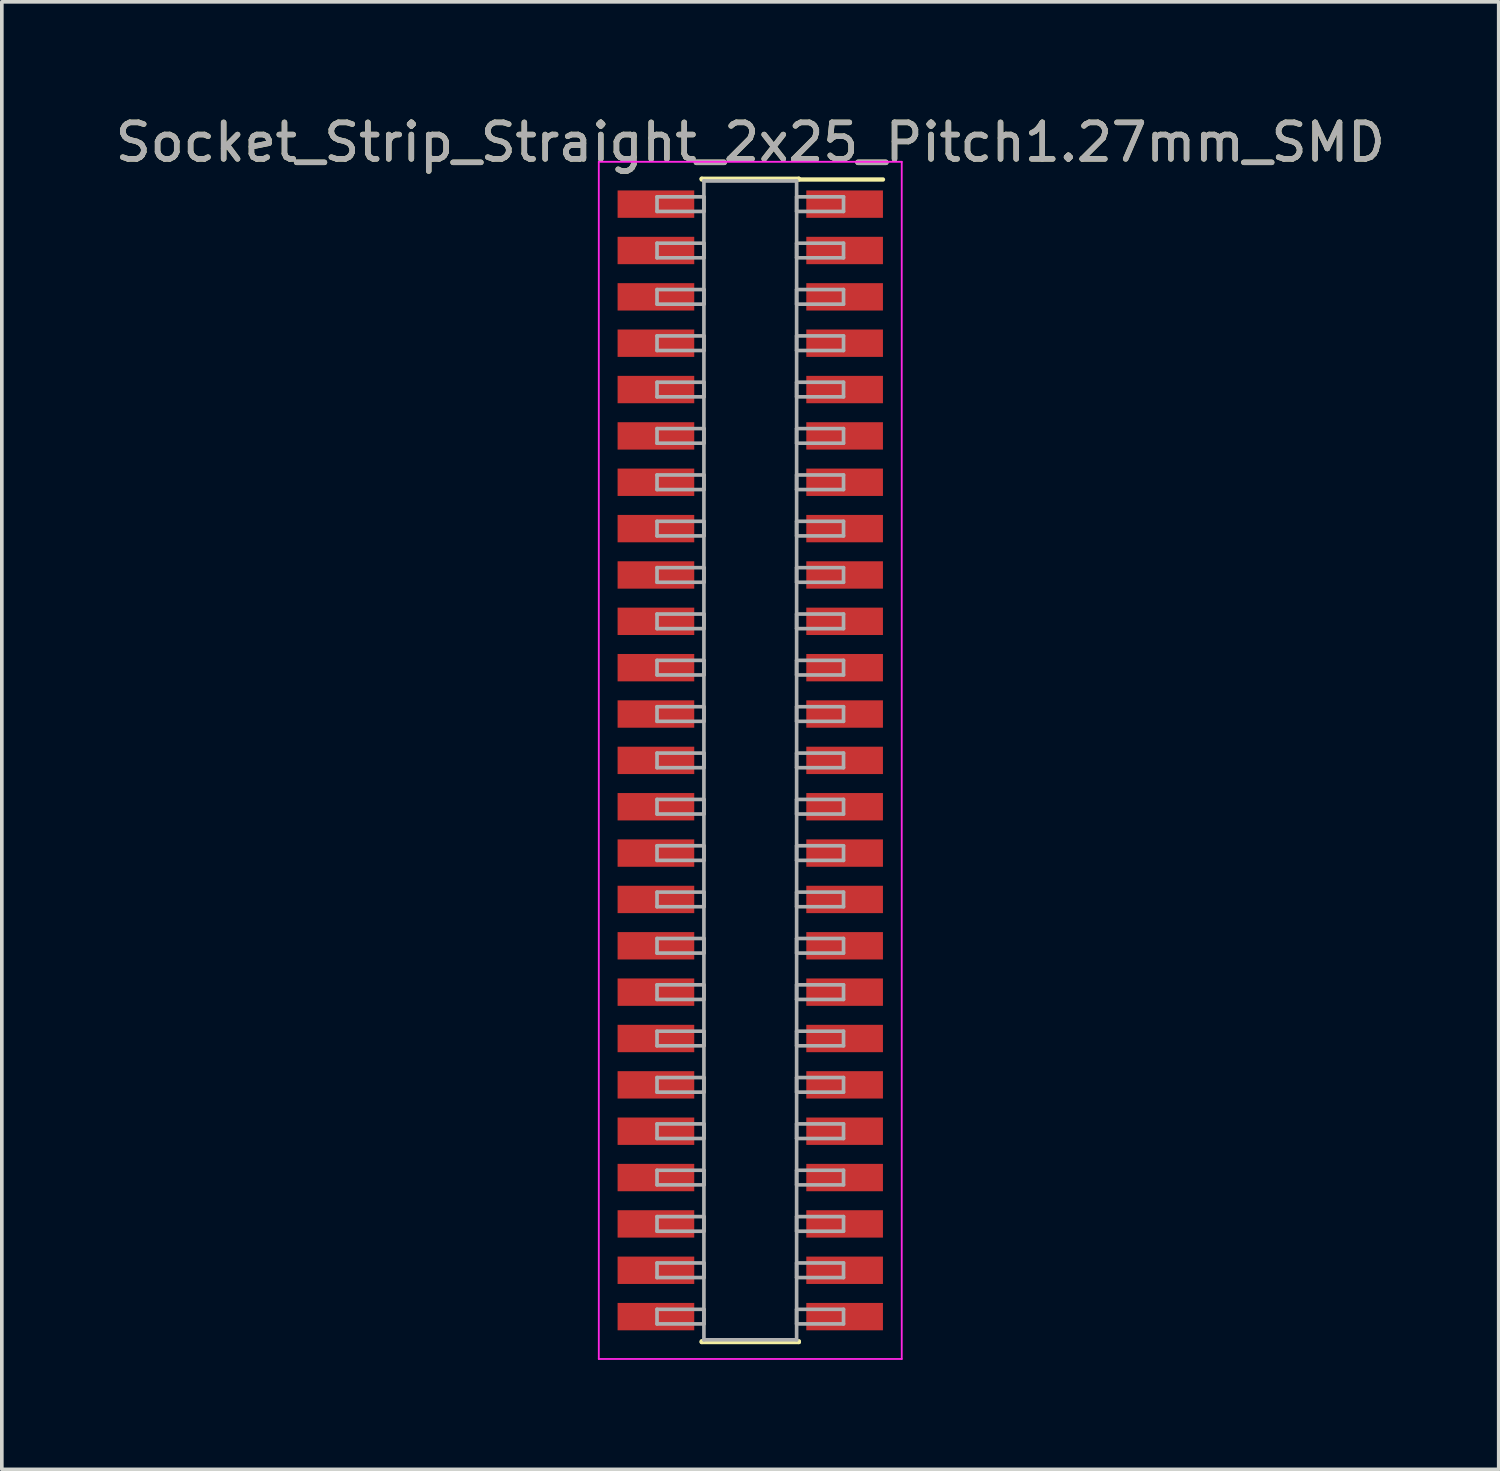
<source format=kicad_pcb>
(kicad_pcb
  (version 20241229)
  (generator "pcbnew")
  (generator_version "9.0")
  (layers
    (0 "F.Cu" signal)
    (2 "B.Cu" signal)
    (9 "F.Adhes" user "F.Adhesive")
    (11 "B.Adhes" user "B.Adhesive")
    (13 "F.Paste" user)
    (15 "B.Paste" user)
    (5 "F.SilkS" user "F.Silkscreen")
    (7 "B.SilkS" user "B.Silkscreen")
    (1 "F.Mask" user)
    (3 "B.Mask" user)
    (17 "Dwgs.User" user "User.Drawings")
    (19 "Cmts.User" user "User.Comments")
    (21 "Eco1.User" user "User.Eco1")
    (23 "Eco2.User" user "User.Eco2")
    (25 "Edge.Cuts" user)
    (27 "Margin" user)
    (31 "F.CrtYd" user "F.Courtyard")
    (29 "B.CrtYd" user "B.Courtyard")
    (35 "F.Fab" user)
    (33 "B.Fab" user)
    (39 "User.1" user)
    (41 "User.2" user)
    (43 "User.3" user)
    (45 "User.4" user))
  (footprint "Socket_Strip_Straight_2x25_Pitch1.27mm_SMD"
    (layer "F.Cu")
    (at 17.506 17.783)
    (property "Reference" "Socket_Strip_Straight_2x25_Pitch1.27mm_SMD" (at 0 -16.935 0) (layer "F.SilkS") (effects (font (size 1 1) (thickness 0.15))))
    (attr smd)
    (fp_line (start -1.33 -15.935) (end 1.33 -15.935) (stroke (width 0.12) (type solid)) (layer "F.SilkS"))
    (fp_line (start -1.33 -15.915) (end -1.33 -15.935) (stroke (width 0.12) (type solid)) (layer "F.SilkS"))
    (fp_line (start -1.33 15.915) (end -1.33 15.935) (stroke (width 0.12) (type solid)) (layer "F.SilkS"))
    (fp_line (start -1.33 15.935) (end 1.33 15.935) (stroke (width 0.12) (type solid)) (layer "F.SilkS"))
    (fp_line (start 1.33 -15.935) (end 1.33 -15.915) (stroke (width 0.12) (type solid)) (layer "F.SilkS"))
    (fp_line (start 1.33 15.935) (end 1.33 15.915) (stroke (width 0.12) (type solid)) (layer "F.SilkS"))
    (fp_line (start 3.635 -15.915) (end 1.33 -15.915) (stroke (width 0.12) (type solid)) (layer "F.SilkS"))
    (fp_line (start -4.15 -16.4) (end -4.15 16.4) (stroke (width 0.05) (type solid)) (layer "F.CrtYd"))
    (fp_line (start -4.15 16.4) (end 4.15 16.4) (stroke (width 0.05) (type solid)) (layer "F.CrtYd"))
    (fp_line (start 4.15 -16.4) (end -4.15 -16.4) (stroke (width 0.05) (type solid)) (layer "F.CrtYd"))
    (fp_line (start 4.15 16.4) (end 4.15 -16.4) (stroke (width 0.05) (type solid)) (layer "F.CrtYd"))
    (fp_line (start -2.555 -15.44) (end -1.27 -15.44) (stroke (width 0.1) (type solid)) (layer "F.Fab"))
    (fp_line (start -2.555 -15.04) (end -2.555 -15.44) (stroke (width 0.1) (type solid)) (layer "F.Fab"))
    (fp_line (start -2.555 -14.17) (end -1.27 -14.17) (stroke (width 0.1) (type solid)) (layer "F.Fab"))
    (fp_line (start -2.555 -13.77) (end -2.555 -14.17) (stroke (width 0.1) (type solid)) (layer "F.Fab"))
    (fp_line (start -2.555 -12.9) (end -1.27 -12.9) (stroke (width 0.1) (type solid)) (layer "F.Fab"))
    (fp_line (start -2.555 -12.5) (end -2.555 -12.9) (stroke (width 0.1) (type solid)) (layer "F.Fab"))
    (fp_line (start -2.555 -11.63) (end -1.27 -11.63) (stroke (width 0.1) (type solid)) (layer "F.Fab"))
    (fp_line (start -2.555 -11.23) (end -2.555 -11.63) (stroke (width 0.1) (type solid)) (layer "F.Fab"))
    (fp_line (start -2.555 -10.36) (end -1.27 -10.36) (stroke (width 0.1) (type solid)) (layer "F.Fab"))
    (fp_line (start -2.555 -9.96) (end -2.555 -10.36) (stroke (width 0.1) (type solid)) (layer "F.Fab"))
    (fp_line (start -2.555 -9.09) (end -1.27 -9.09) (stroke (width 0.1) (type solid)) (layer "F.Fab"))
    (fp_line (start -2.555 -8.69) (end -2.555 -9.09) (stroke (width 0.1) (type solid)) (layer "F.Fab"))
    (fp_line (start -2.555 -7.82) (end -1.27 -7.82) (stroke (width 0.1) (type solid)) (layer "F.Fab"))
    (fp_line (start -2.555 -7.42) (end -2.555 -7.82) (stroke (width 0.1) (type solid)) (layer "F.Fab"))
    (fp_line (start -2.555 -6.55) (end -1.27 -6.55) (stroke (width 0.1) (type solid)) (layer "F.Fab"))
    (fp_line (start -2.555 -6.15) (end -2.555 -6.55) (stroke (width 0.1) (type solid)) (layer "F.Fab"))
    (fp_line (start -2.555 -5.28) (end -1.27 -5.28) (stroke (width 0.1) (type solid)) (layer "F.Fab"))
    (fp_line (start -2.555 -4.88) (end -2.555 -5.28) (stroke (width 0.1) (type solid)) (layer "F.Fab"))
    (fp_line (start -2.555 -4.01) (end -1.27 -4.01) (stroke (width 0.1) (type solid)) (layer "F.Fab"))
    (fp_line (start -2.555 -3.61) (end -2.555 -4.01) (stroke (width 0.1) (type solid)) (layer "F.Fab"))
    (fp_line (start -2.555 -2.74) (end -1.27 -2.74) (stroke (width 0.1) (type solid)) (layer "F.Fab"))
    (fp_line (start -2.555 -2.34) (end -2.555 -2.74) (stroke (width 0.1) (type solid)) (layer "F.Fab"))
    (fp_line (start -2.555 -1.47) (end -1.27 -1.47) (stroke (width 0.1) (type solid)) (layer "F.Fab"))
    (fp_line (start -2.555 -1.07) (end -2.555 -1.47) (stroke (width 0.1) (type solid)) (layer "F.Fab"))
    (fp_line (start -2.555 -0.2) (end -1.27 -0.2) (stroke (width 0.1) (type solid)) (layer "F.Fab"))
    (fp_line (start -2.555 0.2) (end -2.555 -0.2) (stroke (width 0.1) (type solid)) (layer "F.Fab"))
    (fp_line (start -2.555 1.07) (end -1.27 1.07) (stroke (width 0.1) (type solid)) (layer "F.Fab"))
    (fp_line (start -2.555 1.47) (end -2.555 1.07) (stroke (width 0.1) (type solid)) (layer "F.Fab"))
    (fp_line (start -2.555 2.34) (end -1.27 2.34) (stroke (width 0.1) (type solid)) (layer "F.Fab"))
    (fp_line (start -2.555 2.74) (end -2.555 2.34) (stroke (width 0.1) (type solid)) (layer "F.Fab"))
    (fp_line (start -2.555 3.61) (end -1.27 3.61) (stroke (width 0.1) (type solid)) (layer "F.Fab"))
    (fp_line (start -2.555 4.01) (end -2.555 3.61) (stroke (width 0.1) (type solid)) (layer "F.Fab"))
    (fp_line (start -2.555 4.88) (end -1.27 4.88) (stroke (width 0.1) (type solid)) (layer "F.Fab"))
    (fp_line (start -2.555 5.28) (end -2.555 4.88) (stroke (width 0.1) (type solid)) (layer "F.Fab"))
    (fp_line (start -2.555 6.15) (end -1.27 6.15) (stroke (width 0.1) (type solid)) (layer "F.Fab"))
    (fp_line (start -2.555 6.55) (end -2.555 6.15) (stroke (width 0.1) (type solid)) (layer "F.Fab"))
    (fp_line (start -2.555 7.42) (end -1.27 7.42) (stroke (width 0.1) (type solid)) (layer "F.Fab"))
    (fp_line (start -2.555 7.82) (end -2.555 7.42) (stroke (width 0.1) (type solid)) (layer "F.Fab"))
    (fp_line (start -2.555 8.69) (end -1.27 8.69) (stroke (width 0.1) (type solid)) (layer "F.Fab"))
    (fp_line (start -2.555 9.09) (end -2.555 8.69) (stroke (width 0.1) (type solid)) (layer "F.Fab"))
    (fp_line (start -2.555 9.96) (end -1.27 9.96) (stroke (width 0.1) (type solid)) (layer "F.Fab"))
    (fp_line (start -2.555 10.36) (end -2.555 9.96) (stroke (width 0.1) (type solid)) (layer "F.Fab"))
    (fp_line (start -2.555 11.23) (end -1.27 11.23) (stroke (width 0.1) (type solid)) (layer "F.Fab"))
    (fp_line (start -2.555 11.63) (end -2.555 11.23) (stroke (width 0.1) (type solid)) (layer "F.Fab"))
    (fp_line (start -2.555 12.5) (end -1.27 12.5) (stroke (width 0.1) (type solid)) (layer "F.Fab"))
    (fp_line (start -2.555 12.9) (end -2.555 12.5) (stroke (width 0.1) (type solid)) (layer "F.Fab"))
    (fp_line (start -2.555 13.77) (end -1.27 13.77) (stroke (width 0.1) (type solid)) (layer "F.Fab"))
    (fp_line (start -2.555 14.17) (end -2.555 13.77) (stroke (width 0.1) (type solid)) (layer "F.Fab"))
    (fp_line (start -2.555 15.04) (end -1.27 15.04) (stroke (width 0.1) (type solid)) (layer "F.Fab"))
    (fp_line (start -2.555 15.44) (end -2.555 15.04) (stroke (width 0.1) (type solid)) (layer "F.Fab"))
    (fp_line (start -1.27 -15.875) (end -1.27 15.875) (stroke (width 0.1) (type solid)) (layer "F.Fab"))
    (fp_line (start -1.27 -15.44) (end -1.27 -15.04) (stroke (width 0.1) (type solid)) (layer "F.Fab"))
    (fp_line (start -1.27 -15.04) (end -2.555 -15.04) (stroke (width 0.1) (type solid)) (layer "F.Fab"))
    (fp_line (start -1.27 -14.17) (end -1.27 -13.77) (stroke (width 0.1) (type solid)) (layer "F.Fab"))
    (fp_line (start -1.27 -13.77) (end -2.555 -13.77) (stroke (width 0.1) (type solid)) (layer "F.Fab"))
    (fp_line (start -1.27 -12.9) (end -1.27 -12.5) (stroke (width 0.1) (type solid)) (layer "F.Fab"))
    (fp_line (start -1.27 -12.5) (end -2.555 -12.5) (stroke (width 0.1) (type solid)) (layer "F.Fab"))
    (fp_line (start -1.27 -11.63) (end -1.27 -11.23) (stroke (width 0.1) (type solid)) (layer "F.Fab"))
    (fp_line (start -1.27 -11.23) (end -2.555 -11.23) (stroke (width 0.1) (type solid)) (layer "F.Fab"))
    (fp_line (start -1.27 -10.36) (end -1.27 -9.96) (stroke (width 0.1) (type solid)) (layer "F.Fab"))
    (fp_line (start -1.27 -9.96) (end -2.555 -9.96) (stroke (width 0.1) (type solid)) (layer "F.Fab"))
    (fp_line (start -1.27 -9.09) (end -1.27 -8.69) (stroke (width 0.1) (type solid)) (layer "F.Fab"))
    (fp_line (start -1.27 -8.69) (end -2.555 -8.69) (stroke (width 0.1) (type solid)) (layer "F.Fab"))
    (fp_line (start -1.27 -7.82) (end -1.27 -7.42) (stroke (width 0.1) (type solid)) (layer "F.Fab"))
    (fp_line (start -1.27 -7.42) (end -2.555 -7.42) (stroke (width 0.1) (type solid)) (layer "F.Fab"))
    (fp_line (start -1.27 -6.55) (end -1.27 -6.15) (stroke (width 0.1) (type solid)) (layer "F.Fab"))
    (fp_line (start -1.27 -6.15) (end -2.555 -6.15) (stroke (width 0.1) (type solid)) (layer "F.Fab"))
    (fp_line (start -1.27 -5.28) (end -1.27 -4.88) (stroke (width 0.1) (type solid)) (layer "F.Fab"))
    (fp_line (start -1.27 -4.88) (end -2.555 -4.88) (stroke (width 0.1) (type solid)) (layer "F.Fab"))
    (fp_line (start -1.27 -4.01) (end -1.27 -3.61) (stroke (width 0.1) (type solid)) (layer "F.Fab"))
    (fp_line (start -1.27 -3.61) (end -2.555 -3.61) (stroke (width 0.1) (type solid)) (layer "F.Fab"))
    (fp_line (start -1.27 -2.74) (end -1.27 -2.34) (stroke (width 0.1) (type solid)) (layer "F.Fab"))
    (fp_line (start -1.27 -2.34) (end -2.555 -2.34) (stroke (width 0.1) (type solid)) (layer "F.Fab"))
    (fp_line (start -1.27 -1.47) (end -1.27 -1.07) (stroke (width 0.1) (type solid)) (layer "F.Fab"))
    (fp_line (start -1.27 -1.07) (end -2.555 -1.07) (stroke (width 0.1) (type solid)) (layer "F.Fab"))
    (fp_line (start -1.27 -0.2) (end -1.27 0.2) (stroke (width 0.1) (type solid)) (layer "F.Fab"))
    (fp_line (start -1.27 0.2) (end -2.555 0.2) (stroke (width 0.1) (type solid)) (layer "F.Fab"))
    (fp_line (start -1.27 1.07) (end -1.27 1.47) (stroke (width 0.1) (type solid)) (layer "F.Fab"))
    (fp_line (start -1.27 1.47) (end -2.555 1.47) (stroke (width 0.1) (type solid)) (layer "F.Fab"))
    (fp_line (start -1.27 2.34) (end -1.27 2.74) (stroke (width 0.1) (type solid)) (layer "F.Fab"))
    (fp_line (start -1.27 2.74) (end -2.555 2.74) (stroke (width 0.1) (type solid)) (layer "F.Fab"))
    (fp_line (start -1.27 3.61) (end -1.27 4.01) (stroke (width 0.1) (type solid)) (layer "F.Fab"))
    (fp_line (start -1.27 4.01) (end -2.555 4.01) (stroke (width 0.1) (type solid)) (layer "F.Fab"))
    (fp_line (start -1.27 4.88) (end -1.27 5.28) (stroke (width 0.1) (type solid)) (layer "F.Fab"))
    (fp_line (start -1.27 5.28) (end -2.555 5.28) (stroke (width 0.1) (type solid)) (layer "F.Fab"))
    (fp_line (start -1.27 6.15) (end -1.27 6.55) (stroke (width 0.1) (type solid)) (layer "F.Fab"))
    (fp_line (start -1.27 6.55) (end -2.555 6.55) (stroke (width 0.1) (type solid)) (layer "F.Fab"))
    (fp_line (start -1.27 7.42) (end -1.27 7.82) (stroke (width 0.1) (type solid)) (layer "F.Fab"))
    (fp_line (start -1.27 7.82) (end -2.555 7.82) (stroke (width 0.1) (type solid)) (layer "F.Fab"))
    (fp_line (start -1.27 8.69) (end -1.27 9.09) (stroke (width 0.1) (type solid)) (layer "F.Fab"))
    (fp_line (start -1.27 9.09) (end -2.555 9.09) (stroke (width 0.1) (type solid)) (layer "F.Fab"))
    (fp_line (start -1.27 9.96) (end -1.27 10.36) (stroke (width 0.1) (type solid)) (layer "F.Fab"))
    (fp_line (start -1.27 10.36) (end -2.555 10.36) (stroke (width 0.1) (type solid)) (layer "F.Fab"))
    (fp_line (start -1.27 11.23) (end -1.27 11.63) (stroke (width 0.1) (type solid)) (layer "F.Fab"))
    (fp_line (start -1.27 11.63) (end -2.555 11.63) (stroke (width 0.1) (type solid)) (layer "F.Fab"))
    (fp_line (start -1.27 12.5) (end -1.27 12.9) (stroke (width 0.1) (type solid)) (layer "F.Fab"))
    (fp_line (start -1.27 12.9) (end -2.555 12.9) (stroke (width 0.1) (type solid)) (layer "F.Fab"))
    (fp_line (start -1.27 13.77) (end -1.27 14.17) (stroke (width 0.1) (type solid)) (layer "F.Fab"))
    (fp_line (start -1.27 14.17) (end -2.555 14.17) (stroke (width 0.1) (type solid)) (layer "F.Fab"))
    (fp_line (start -1.27 15.04) (end -1.27 15.44) (stroke (width 0.1) (type solid)) (layer "F.Fab"))
    (fp_line (start -1.27 15.44) (end -2.555 15.44) (stroke (width 0.1) (type solid)) (layer "F.Fab"))
    (fp_line (start -1.27 15.875) (end 1.27 15.875) (stroke (width 0.1) (type solid)) (layer "F.Fab"))
    (fp_line (start 1.27 -15.875) (end -1.27 -15.875) (stroke (width 0.1) (type solid)) (layer "F.Fab"))
    (fp_line (start 1.27 -15.44) (end 1.27 -15.04) (stroke (width 0.1) (type solid)) (layer "F.Fab"))
    (fp_line (start 1.27 -15.04) (end 2.555 -15.04) (stroke (width 0.1) (type solid)) (layer "F.Fab"))
    (fp_line (start 1.27 -14.17) (end 1.27 -13.77) (stroke (width 0.1) (type solid)) (layer "F.Fab"))
    (fp_line (start 1.27 -13.77) (end 2.555 -13.77) (stroke (width 0.1) (type solid)) (layer "F.Fab"))
    (fp_line (start 1.27 -12.9) (end 1.27 -12.5) (stroke (width 0.1) (type solid)) (layer "F.Fab"))
    (fp_line (start 1.27 -12.5) (end 2.555 -12.5) (stroke (width 0.1) (type solid)) (layer "F.Fab"))
    (fp_line (start 1.27 -11.63) (end 1.27 -11.23) (stroke (width 0.1) (type solid)) (layer "F.Fab"))
    (fp_line (start 1.27 -11.23) (end 2.555 -11.23) (stroke (width 0.1) (type solid)) (layer "F.Fab"))
    (fp_line (start 1.27 -10.36) (end 1.27 -9.96) (stroke (width 0.1) (type solid)) (layer "F.Fab"))
    (fp_line (start 1.27 -9.96) (end 2.555 -9.96) (stroke (width 0.1) (type solid)) (layer "F.Fab"))
    (fp_line (start 1.27 -9.09) (end 1.27 -8.69) (stroke (width 0.1) (type solid)) (layer "F.Fab"))
    (fp_line (start 1.27 -8.69) (end 2.555 -8.69) (stroke (width 0.1) (type solid)) (layer "F.Fab"))
    (fp_line (start 1.27 -7.82) (end 1.27 -7.42) (stroke (width 0.1) (type solid)) (layer "F.Fab"))
    (fp_line (start 1.27 -7.42) (end 2.555 -7.42) (stroke (width 0.1) (type solid)) (layer "F.Fab"))
    (fp_line (start 1.27 -6.55) (end 1.27 -6.15) (stroke (width 0.1) (type solid)) (layer "F.Fab"))
    (fp_line (start 1.27 -6.15) (end 2.555 -6.15) (stroke (width 0.1) (type solid)) (layer "F.Fab"))
    (fp_line (start 1.27 -5.28) (end 1.27 -4.88) (stroke (width 0.1) (type solid)) (layer "F.Fab"))
    (fp_line (start 1.27 -4.88) (end 2.555 -4.88) (stroke (width 0.1) (type solid)) (layer "F.Fab"))
    (fp_line (start 1.27 -4.01) (end 1.27 -3.61) (stroke (width 0.1) (type solid)) (layer "F.Fab"))
    (fp_line (start 1.27 -3.61) (end 2.555 -3.61) (stroke (width 0.1) (type solid)) (layer "F.Fab"))
    (fp_line (start 1.27 -2.74) (end 1.27 -2.34) (stroke (width 0.1) (type solid)) (layer "F.Fab"))
    (fp_line (start 1.27 -2.34) (end 2.555 -2.34) (stroke (width 0.1) (type solid)) (layer "F.Fab"))
    (fp_line (start 1.27 -1.47) (end 1.27 -1.07) (stroke (width 0.1) (type solid)) (layer "F.Fab"))
    (fp_line (start 1.27 -1.07) (end 2.555 -1.07) (stroke (width 0.1) (type solid)) (layer "F.Fab"))
    (fp_line (start 1.27 -0.2) (end 1.27 0.2) (stroke (width 0.1) (type solid)) (layer "F.Fab"))
    (fp_line (start 1.27 0.2) (end 2.555 0.2) (stroke (width 0.1) (type solid)) (layer "F.Fab"))
    (fp_line (start 1.27 1.07) (end 1.27 1.47) (stroke (width 0.1) (type solid)) (layer "F.Fab"))
    (fp_line (start 1.27 1.47) (end 2.555 1.47) (stroke (width 0.1) (type solid)) (layer "F.Fab"))
    (fp_line (start 1.27 2.34) (end 1.27 2.74) (stroke (width 0.1) (type solid)) (layer "F.Fab"))
    (fp_line (start 1.27 2.74) (end 2.555 2.74) (stroke (width 0.1) (type solid)) (layer "F.Fab"))
    (fp_line (start 1.27 3.61) (end 1.27 4.01) (stroke (width 0.1) (type solid)) (layer "F.Fab"))
    (fp_line (start 1.27 4.01) (end 2.555 4.01) (stroke (width 0.1) (type solid)) (layer "F.Fab"))
    (fp_line (start 1.27 4.88) (end 1.27 5.28) (stroke (width 0.1) (type solid)) (layer "F.Fab"))
    (fp_line (start 1.27 5.28) (end 2.555 5.28) (stroke (width 0.1) (type solid)) (layer "F.Fab"))
    (fp_line (start 1.27 6.15) (end 1.27 6.55) (stroke (width 0.1) (type solid)) (layer "F.Fab"))
    (fp_line (start 1.27 6.55) (end 2.555 6.55) (stroke (width 0.1) (type solid)) (layer "F.Fab"))
    (fp_line (start 1.27 7.42) (end 1.27 7.82) (stroke (width 0.1) (type solid)) (layer "F.Fab"))
    (fp_line (start 1.27 7.82) (end 2.555 7.82) (stroke (width 0.1) (type solid)) (layer "F.Fab"))
    (fp_line (start 1.27 8.69) (end 1.27 9.09) (stroke (width 0.1) (type solid)) (layer "F.Fab"))
    (fp_line (start 1.27 9.09) (end 2.555 9.09) (stroke (width 0.1) (type solid)) (layer "F.Fab"))
    (fp_line (start 1.27 9.96) (end 1.27 10.36) (stroke (width 0.1) (type solid)) (layer "F.Fab"))
    (fp_line (start 1.27 10.36) (end 2.555 10.36) (stroke (width 0.1) (type solid)) (layer "F.Fab"))
    (fp_line (start 1.27 11.23) (end 1.27 11.63) (stroke (width 0.1) (type solid)) (layer "F.Fab"))
    (fp_line (start 1.27 11.63) (end 2.555 11.63) (stroke (width 0.1) (type solid)) (layer "F.Fab"))
    (fp_line (start 1.27 12.5) (end 1.27 12.9) (stroke (width 0.1) (type solid)) (layer "F.Fab"))
    (fp_line (start 1.27 12.9) (end 2.555 12.9) (stroke (width 0.1) (type solid)) (layer "F.Fab"))
    (fp_line (start 1.27 13.77) (end 1.27 14.17) (stroke (width 0.1) (type solid)) (layer "F.Fab"))
    (fp_line (start 1.27 14.17) (end 2.555 14.17) (stroke (width 0.1) (type solid)) (layer "F.Fab"))
    (fp_line (start 1.27 15.04) (end 1.27 15.44) (stroke (width 0.1) (type solid)) (layer "F.Fab"))
    (fp_line (start 1.27 15.44) (end 2.555 15.44) (stroke (width 0.1) (type solid)) (layer "F.Fab"))
    (fp_line (start 1.27 15.875) (end 1.27 -15.875) (stroke (width 0.1) (type solid)) (layer "F.Fab"))
    (fp_line (start 2.555 -15.44) (end 1.27 -15.44) (stroke (width 0.1) (type solid)) (layer "F.Fab"))
    (fp_line (start 2.555 -15.04) (end 2.555 -15.44) (stroke (width 0.1) (type solid)) (layer "F.Fab"))
    (fp_line (start 2.555 -14.17) (end 1.27 -14.17) (stroke (width 0.1) (type solid)) (layer "F.Fab"))
    (fp_line (start 2.555 -13.77) (end 2.555 -14.17) (stroke (width 0.1) (type solid)) (layer "F.Fab"))
    (fp_line (start 2.555 -12.9) (end 1.27 -12.9) (stroke (width 0.1) (type solid)) (layer "F.Fab"))
    (fp_line (start 2.555 -12.5) (end 2.555 -12.9) (stroke (width 0.1) (type solid)) (layer "F.Fab"))
    (fp_line (start 2.555 -11.63) (end 1.27 -11.63) (stroke (width 0.1) (type solid)) (layer "F.Fab"))
    (fp_line (start 2.555 -11.23) (end 2.555 -11.63) (stroke (width 0.1) (type solid)) (layer "F.Fab"))
    (fp_line (start 2.555 -10.36) (end 1.27 -10.36) (stroke (width 0.1) (type solid)) (layer "F.Fab"))
    (fp_line (start 2.555 -9.96) (end 2.555 -10.36) (stroke (width 0.1) (type solid)) (layer "F.Fab"))
    (fp_line (start 2.555 -9.09) (end 1.27 -9.09) (stroke (width 0.1) (type solid)) (layer "F.Fab"))
    (fp_line (start 2.555 -8.69) (end 2.555 -9.09) (stroke (width 0.1) (type solid)) (layer "F.Fab"))
    (fp_line (start 2.555 -7.82) (end 1.27 -7.82) (stroke (width 0.1) (type solid)) (layer "F.Fab"))
    (fp_line (start 2.555 -7.42) (end 2.555 -7.82) (stroke (width 0.1) (type solid)) (layer "F.Fab"))
    (fp_line (start 2.555 -6.55) (end 1.27 -6.55) (stroke (width 0.1) (type solid)) (layer "F.Fab"))
    (fp_line (start 2.555 -6.15) (end 2.555 -6.55) (stroke (width 0.1) (type solid)) (layer "F.Fab"))
    (fp_line (start 2.555 -5.28) (end 1.27 -5.28) (stroke (width 0.1) (type solid)) (layer "F.Fab"))
    (fp_line (start 2.555 -4.88) (end 2.555 -5.28) (stroke (width 0.1) (type solid)) (layer "F.Fab"))
    (fp_line (start 2.555 -4.01) (end 1.27 -4.01) (stroke (width 0.1) (type solid)) (layer "F.Fab"))
    (fp_line (start 2.555 -3.61) (end 2.555 -4.01) (stroke (width 0.1) (type solid)) (layer "F.Fab"))
    (fp_line (start 2.555 -2.74) (end 1.27 -2.74) (stroke (width 0.1) (type solid)) (layer "F.Fab"))
    (fp_line (start 2.555 -2.34) (end 2.555 -2.74) (stroke (width 0.1) (type solid)) (layer "F.Fab"))
    (fp_line (start 2.555 -1.47) (end 1.27 -1.47) (stroke (width 0.1) (type solid)) (layer "F.Fab"))
    (fp_line (start 2.555 -1.07) (end 2.555 -1.47) (stroke (width 0.1) (type solid)) (layer "F.Fab"))
    (fp_line (start 2.555 -0.2) (end 1.27 -0.2) (stroke (width 0.1) (type solid)) (layer "F.Fab"))
    (fp_line (start 2.555 0.2) (end 2.555 -0.2) (stroke (width 0.1) (type solid)) (layer "F.Fab"))
    (fp_line (start 2.555 1.07) (end 1.27 1.07) (stroke (width 0.1) (type solid)) (layer "F.Fab"))
    (fp_line (start 2.555 1.47) (end 2.555 1.07) (stroke (width 0.1) (type solid)) (layer "F.Fab"))
    (fp_line (start 2.555 2.34) (end 1.27 2.34) (stroke (width 0.1) (type solid)) (layer "F.Fab"))
    (fp_line (start 2.555 2.74) (end 2.555 2.34) (stroke (width 0.1) (type solid)) (layer "F.Fab"))
    (fp_line (start 2.555 3.61) (end 1.27 3.61) (stroke (width 0.1) (type solid)) (layer "F.Fab"))
    (fp_line (start 2.555 4.01) (end 2.555 3.61) (stroke (width 0.1) (type solid)) (layer "F.Fab"))
    (fp_line (start 2.555 4.88) (end 1.27 4.88) (stroke (width 0.1) (type solid)) (layer "F.Fab"))
    (fp_line (start 2.555 5.28) (end 2.555 4.88) (stroke (width 0.1) (type solid)) (layer "F.Fab"))
    (fp_line (start 2.555 6.15) (end 1.27 6.15) (stroke (width 0.1) (type solid)) (layer "F.Fab"))
    (fp_line (start 2.555 6.55) (end 2.555 6.15) (stroke (width 0.1) (type solid)) (layer "F.Fab"))
    (fp_line (start 2.555 7.42) (end 1.27 7.42) (stroke (width 0.1) (type solid)) (layer "F.Fab"))
    (fp_line (start 2.555 7.82) (end 2.555 7.42) (stroke (width 0.1) (type solid)) (layer "F.Fab"))
    (fp_line (start 2.555 8.69) (end 1.27 8.69) (stroke (width 0.1) (type solid)) (layer "F.Fab"))
    (fp_line (start 2.555 9.09) (end 2.555 8.69) (stroke (width 0.1) (type solid)) (layer "F.Fab"))
    (fp_line (start 2.555 9.96) (end 1.27 9.96) (stroke (width 0.1) (type solid)) (layer "F.Fab"))
    (fp_line (start 2.555 10.36) (end 2.555 9.96) (stroke (width 0.1) (type solid)) (layer "F.Fab"))
    (fp_line (start 2.555 11.23) (end 1.27 11.23) (stroke (width 0.1) (type solid)) (layer "F.Fab"))
    (fp_line (start 2.555 11.63) (end 2.555 11.23) (stroke (width 0.1) (type solid)) (layer "F.Fab"))
    (fp_line (start 2.555 12.5) (end 1.27 12.5) (stroke (width 0.1) (type solid)) (layer "F.Fab"))
    (fp_line (start 2.555 12.9) (end 2.555 12.5) (stroke (width 0.1) (type solid)) (layer "F.Fab"))
    (fp_line (start 2.555 13.77) (end 1.27 13.77) (stroke (width 0.1) (type solid)) (layer "F.Fab"))
    (fp_line (start 2.555 14.17) (end 2.555 13.77) (stroke (width 0.1) (type solid)) (layer "F.Fab"))
    (fp_line (start 2.555 15.04) (end 1.27 15.04) (stroke (width 0.1) (type solid)) (layer "F.Fab"))
    (fp_line (start 2.555 15.44) (end 2.555 15.04) (stroke (width 0.1) (type solid)) (layer "F.Fab"))
    (fp_text user "${REFERENCE}" (at 0 -16.935 0) (layer "F.Fab") (effects (font (size 1 1) (thickness 0.15))))
    (pad "1" smd rect (at 2.585 -15.24) (size 2.1 0.75) (layers "F.Cu" "F.Mask" "F.Paste"))
    (pad "2" smd rect (at -2.585 -15.24) (size 2.1 0.75) (layers "F.Cu" "F.Mask" "F.Paste"))
    (pad "3" smd rect (at 2.585 -13.97) (size 2.1 0.75) (layers "F.Cu" "F.Mask" "F.Paste"))
    (pad "4" smd rect (at -2.585 -13.97) (size 2.1 0.75) (layers "F.Cu" "F.Mask" "F.Paste"))
    (pad "5" smd rect (at 2.585 -12.7) (size 2.1 0.75) (layers "F.Cu" "F.Mask" "F.Paste"))
    (pad "6" smd rect (at -2.585 -12.7) (size 2.1 0.75) (layers "F.Cu" "F.Mask" "F.Paste"))
    (pad "7" smd rect (at 2.585 -11.43) (size 2.1 0.75) (layers "F.Cu" "F.Mask" "F.Paste"))
    (pad "8" smd rect (at -2.585 -11.43) (size 2.1 0.75) (layers "F.Cu" "F.Mask" "F.Paste"))
    (pad "9" smd rect (at 2.585 -10.16) (size 2.1 0.75) (layers "F.Cu" "F.Mask" "F.Paste"))
    (pad "10" smd rect (at -2.585 -10.16) (size 2.1 0.75) (layers "F.Cu" "F.Mask" "F.Paste"))
    (pad "11" smd rect (at 2.585 -8.89) (size 2.1 0.75) (layers "F.Cu" "F.Mask" "F.Paste"))
    (pad "12" smd rect (at -2.585 -8.89) (size 2.1 0.75) (layers "F.Cu" "F.Mask" "F.Paste"))
    (pad "13" smd rect (at 2.585 -7.62) (size 2.1 0.75) (layers "F.Cu" "F.Mask" "F.Paste"))
    (pad "14" smd rect (at -2.585 -7.62) (size 2.1 0.75) (layers "F.Cu" "F.Mask" "F.Paste"))
    (pad "15" smd rect (at 2.585 -6.35) (size 2.1 0.75) (layers "F.Cu" "F.Mask" "F.Paste"))
    (pad "16" smd rect (at -2.585 -6.35) (size 2.1 0.75) (layers "F.Cu" "F.Mask" "F.Paste"))
    (pad "17" smd rect (at 2.585 -5.08) (size 2.1 0.75) (layers "F.Cu" "F.Mask" "F.Paste"))
    (pad "18" smd rect (at -2.585 -5.08) (size 2.1 0.75) (layers "F.Cu" "F.Mask" "F.Paste"))
    (pad "19" smd rect (at 2.585 -3.81) (size 2.1 0.75) (layers "F.Cu" "F.Mask" "F.Paste"))
    (pad "20" smd rect (at -2.585 -3.81) (size 2.1 0.75) (layers "F.Cu" "F.Mask" "F.Paste"))
    (pad "21" smd rect (at 2.585 -2.54) (size 2.1 0.75) (layers "F.Cu" "F.Mask" "F.Paste"))
    (pad "22" smd rect (at -2.585 -2.54) (size 2.1 0.75) (layers "F.Cu" "F.Mask" "F.Paste"))
    (pad "23" smd rect (at 2.585 -1.27) (size 2.1 0.75) (layers "F.Cu" "F.Mask" "F.Paste"))
    (pad "24" smd rect (at -2.585 -1.27) (size 2.1 0.75) (layers "F.Cu" "F.Mask" "F.Paste"))
    (pad "25" smd rect (at 2.585 0) (size 2.1 0.75) (layers "F.Cu" "F.Mask" "F.Paste"))
    (pad "26" smd rect (at -2.585 0) (size 2.1 0.75) (layers "F.Cu" "F.Mask" "F.Paste"))
    (pad "27" smd rect (at 2.585 1.27) (size 2.1 0.75) (layers "F.Cu" "F.Mask" "F.Paste"))
    (pad "28" smd rect (at -2.585 1.27) (size 2.1 0.75) (layers "F.Cu" "F.Mask" "F.Paste"))
    (pad "29" smd rect (at 2.585 2.54) (size 2.1 0.75) (layers "F.Cu" "F.Mask" "F.Paste"))
    (pad "30" smd rect (at -2.585 2.54) (size 2.1 0.75) (layers "F.Cu" "F.Mask" "F.Paste"))
    (pad "31" smd rect (at 2.585 3.81) (size 2.1 0.75) (layers "F.Cu" "F.Mask" "F.Paste"))
    (pad "32" smd rect (at -2.585 3.81) (size 2.1 0.75) (layers "F.Cu" "F.Mask" "F.Paste"))
    (pad "33" smd rect (at 2.585 5.08) (size 2.1 0.75) (layers "F.Cu" "F.Mask" "F.Paste"))
    (pad "34" smd rect (at -2.585 5.08) (size 2.1 0.75) (layers "F.Cu" "F.Mask" "F.Paste"))
    (pad "35" smd rect (at 2.585 6.35) (size 2.1 0.75) (layers "F.Cu" "F.Mask" "F.Paste"))
    (pad "36" smd rect (at -2.585 6.35) (size 2.1 0.75) (layers "F.Cu" "F.Mask" "F.Paste"))
    (pad "37" smd rect (at 2.585 7.62) (size 2.1 0.75) (layers "F.Cu" "F.Mask" "F.Paste"))
    (pad "38" smd rect (at -2.585 7.62) (size 2.1 0.75) (layers "F.Cu" "F.Mask" "F.Paste"))
    (pad "39" smd rect (at 2.585 8.89) (size 2.1 0.75) (layers "F.Cu" "F.Mask" "F.Paste"))
    (pad "40" smd rect (at -2.585 8.89) (size 2.1 0.75) (layers "F.Cu" "F.Mask" "F.Paste"))
    (pad "41" smd rect (at 2.585 10.16) (size 2.1 0.75) (layers "F.Cu" "F.Mask" "F.Paste"))
    (pad "42" smd rect (at -2.585 10.16) (size 2.1 0.75) (layers "F.Cu" "F.Mask" "F.Paste"))
    (pad "43" smd rect (at 2.585 11.43) (size 2.1 0.75) (layers "F.Cu" "F.Mask" "F.Paste"))
    (pad "44" smd rect (at -2.585 11.43) (size 2.1 0.75) (layers "F.Cu" "F.Mask" "F.Paste"))
    (pad "45" smd rect (at 2.585 12.7) (size 2.1 0.75) (layers "F.Cu" "F.Mask" "F.Paste"))
    (pad "46" smd rect (at -2.585 12.7) (size 2.1 0.75) (layers "F.Cu" "F.Mask" "F.Paste"))
    (pad "47" smd rect (at 2.585 13.97) (size 2.1 0.75) (layers "F.Cu" "F.Mask" "F.Paste"))
    (pad "48" smd rect (at -2.585 13.97) (size 2.1 0.75) (layers "F.Cu" "F.Mask" "F.Paste"))
    (pad "49" smd rect (at 2.585 15.24) (size 2.1 0.75) (layers "F.Cu" "F.Mask" "F.Paste"))
    (pad "50" smd rect (at -2.585 15.24) (size 2.1 0.75) (layers "F.Cu" "F.Mask" "F.Paste")))
  (gr_rect
    (start -3 -3)
    (end 38.012 37.208)
    (stroke (width 0.1) (type default))
    (fill no)
    (layer "Edge.Cuts")))
</source>
